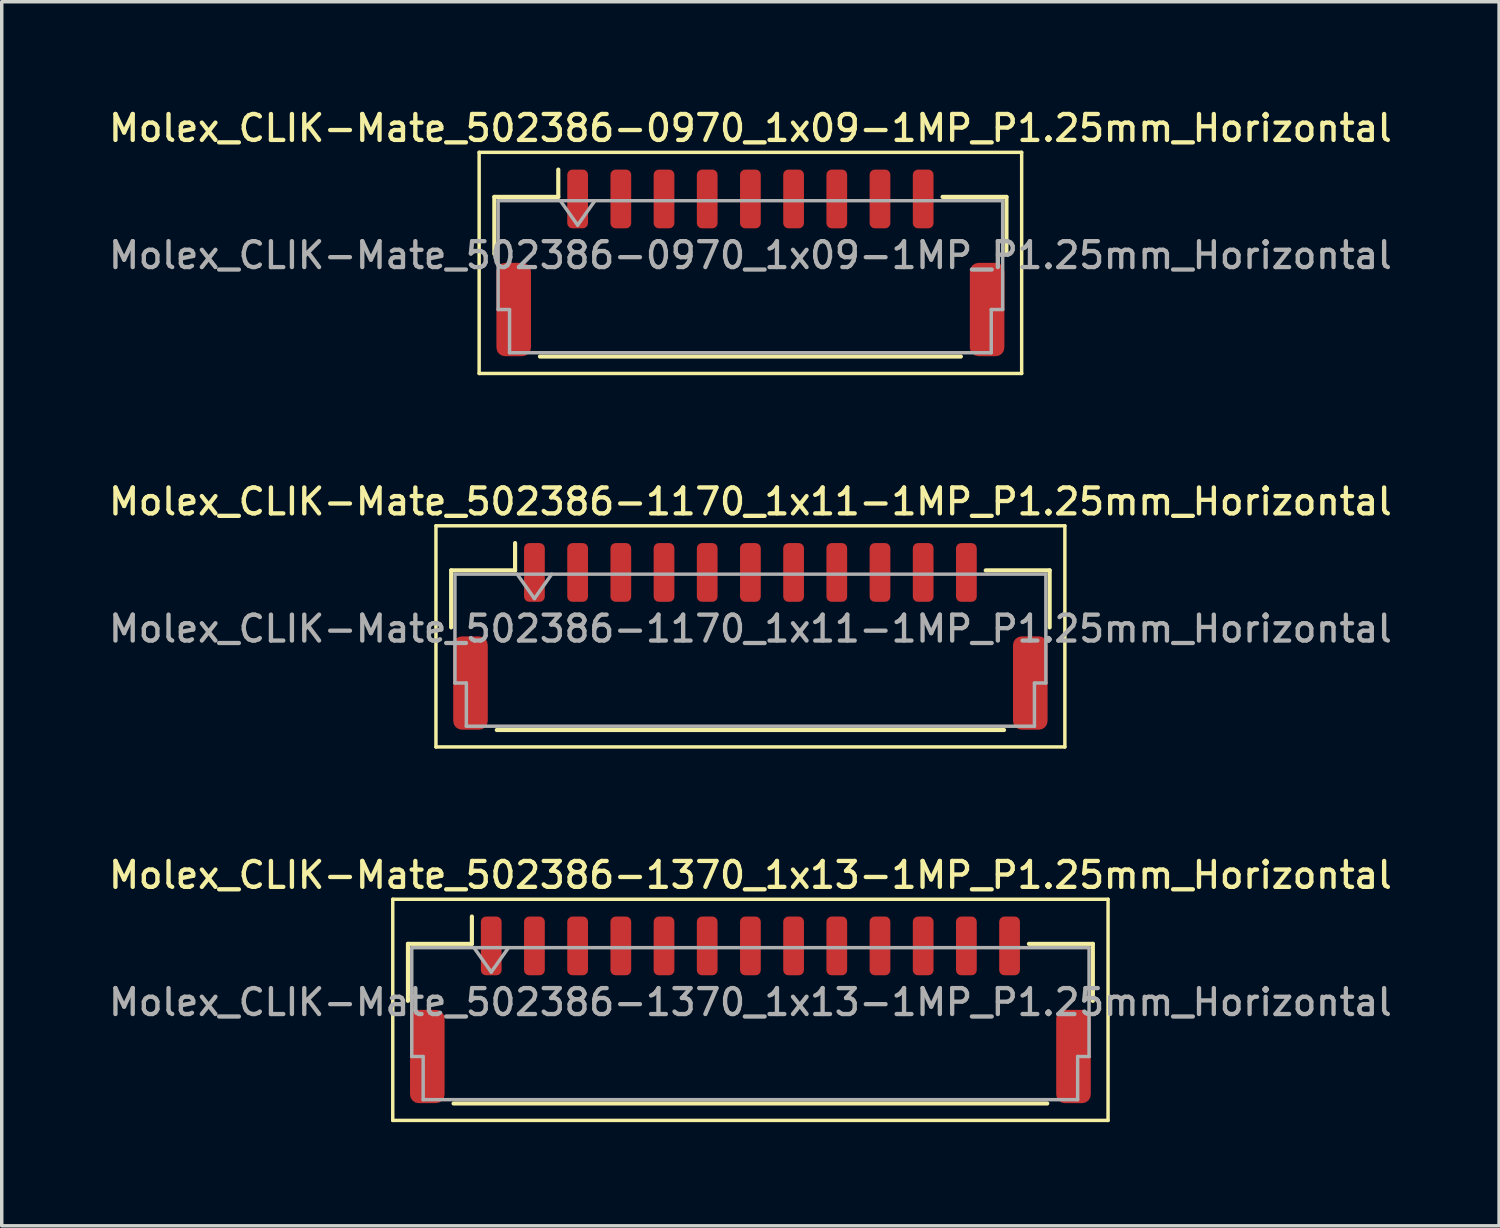
<source format=kicad_pcb>
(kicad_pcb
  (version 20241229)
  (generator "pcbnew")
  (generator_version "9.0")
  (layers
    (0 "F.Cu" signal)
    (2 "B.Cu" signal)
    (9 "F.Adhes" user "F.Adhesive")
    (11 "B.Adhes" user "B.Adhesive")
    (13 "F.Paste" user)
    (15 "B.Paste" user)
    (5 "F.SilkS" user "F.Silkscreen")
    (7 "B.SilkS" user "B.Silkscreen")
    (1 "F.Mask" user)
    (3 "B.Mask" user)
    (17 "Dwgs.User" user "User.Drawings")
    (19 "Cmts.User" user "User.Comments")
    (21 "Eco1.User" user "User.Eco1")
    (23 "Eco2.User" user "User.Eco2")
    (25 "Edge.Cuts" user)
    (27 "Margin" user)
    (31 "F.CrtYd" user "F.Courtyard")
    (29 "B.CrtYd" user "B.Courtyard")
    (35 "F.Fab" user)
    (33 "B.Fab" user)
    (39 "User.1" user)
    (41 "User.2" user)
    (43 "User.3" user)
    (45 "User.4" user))
  (footprint "Molex_CLIK-Mate_502386-1370_1x13-1MP_P1.25mm_Horizontal"
    (layer "F.Cu")
    (at 18.666 26.174)
    (property "Reference" "Molex_CLIK-Mate_502386-1370_1x13-1MP_P1.25mm_Horizontal" (at 0 -3.9 0) (layer "F.SilkS") (effects (font (size 0.75 0.75) (thickness 0.125))))
    (attr smd)
    (fp_line (start -10.35 -3.2) (end -10.35 3.2) (stroke (width 0.1) (type solid)) (layer "F.SilkS"))
    (fp_line (start -10.35 3.2) (end 10.35 3.2) (stroke (width 0.1) (type solid)) (layer "F.SilkS"))
    (fp_line (start -9.91 -1.91) (end -8.06 -1.91) (stroke (width 0.12) (type solid)) (layer "F.SilkS"))
    (fp_line (start -9.91 -0.26) (end -9.91 -1.91) (stroke (width 0.12) (type solid)) (layer "F.SilkS"))
    (fp_line (start -8.59 2.71) (end 8.59 2.71) (stroke (width 0.12) (type solid)) (layer "F.SilkS"))
    (fp_line (start -8.06 -1.91) (end -8.06 -2.7) (stroke (width 0.12) (type solid)) (layer "F.SilkS"))
    (fp_line (start 9.91 -1.91) (end 8.06 -1.91) (stroke (width 0.12) (type solid)) (layer "F.SilkS"))
    (fp_line (start 9.91 -0.26) (end 9.91 -1.91) (stroke (width 0.12) (type solid)) (layer "F.SilkS"))
    (fp_line (start 10.35 -3.2) (end -10.35 -3.2) (stroke (width 0.1) (type solid)) (layer "F.SilkS"))
    (fp_line (start 10.35 3.2) (end 10.35 -3.2) (stroke (width 0.1) (type solid)) (layer "F.SilkS"))
    (fp_line (start -9.8 -1.8) (end -9.8 1.35) (stroke (width 0.1) (type solid)) (layer "F.Fab"))
    (fp_line (start -9.8 -1.8) (end 9.8 -1.8) (stroke (width 0.1) (type solid)) (layer "F.Fab"))
    (fp_line (start -9.8 1.35) (end -9.47 1.35) (stroke (width 0.1) (type solid)) (layer "F.Fab"))
    (fp_line (start -9.47 1.35) (end -9.47 2.6) (stroke (width 0.1) (type solid)) (layer "F.Fab"))
    (fp_line (start -9.47 2.6) (end 9.47 2.6) (stroke (width 0.1) (type solid)) (layer "F.Fab"))
    (fp_line (start -8 -1.8) (end -7.5 -1.093) (stroke (width 0.1) (type solid)) (layer "F.Fab"))
    (fp_line (start -7.5 -1.093) (end -7 -1.8) (stroke (width 0.1) (type solid)) (layer "F.Fab"))
    (fp_line (start 9.47 1.35) (end 9.8 1.35) (stroke (width 0.1) (type solid)) (layer "F.Fab"))
    (fp_line (start 9.47 2.6) (end 9.47 1.35) (stroke (width 0.1) (type solid)) (layer "F.Fab"))
    (fp_line (start 9.8 -1.8) (end 9.8 1.35) (stroke (width 0.1) (type solid)) (layer "F.Fab"))
    (fp_text user "${REFERENCE}" (at 0 -0.22 0) (layer "F.Fab") (effects (font (size 0.75 0.75) (thickness 0.125))))
    (pad "1" smd roundrect (at -7.5 -1.85) (size 0.6 1.7) (layers "F.Cu" "F.Mask" "F.Paste") (roundrect_rratio 0.25))
    (pad "2" smd roundrect (at -6.25 -1.85) (size 0.6 1.7) (layers "F.Cu" "F.Mask" "F.Paste") (roundrect_rratio 0.25))
    (pad "3" smd roundrect (at -5 -1.85) (size 0.6 1.7) (layers "F.Cu" "F.Mask" "F.Paste") (roundrect_rratio 0.25))
    (pad "4" smd roundrect (at -3.75 -1.85) (size 0.6 1.7) (layers "F.Cu" "F.Mask" "F.Paste") (roundrect_rratio 0.25))
    (pad "5" smd roundrect (at -2.5 -1.85) (size 0.6 1.7) (layers "F.Cu" "F.Mask" "F.Paste") (roundrect_rratio 0.25))
    (pad "6" smd roundrect (at -1.25 -1.85) (size 0.6 1.7) (layers "F.Cu" "F.Mask" "F.Paste") (roundrect_rratio 0.25))
    (pad "7" smd roundrect (at 0 -1.85) (size 0.6 1.7) (layers "F.Cu" "F.Mask" "F.Paste") (roundrect_rratio 0.25))
    (pad "8" smd roundrect (at 1.25 -1.85) (size 0.6 1.7) (layers "F.Cu" "F.Mask" "F.Paste") (roundrect_rratio 0.25))
    (pad "9" smd roundrect (at 2.5 -1.85) (size 0.6 1.7) (layers "F.Cu" "F.Mask" "F.Paste") (roundrect_rratio 0.25))
    (pad "10" smd roundrect (at 3.75 -1.85) (size 0.6 1.7) (layers "F.Cu" "F.Mask" "F.Paste") (roundrect_rratio 0.25))
    (pad "11" smd roundrect (at 5 -1.85) (size 0.6 1.7) (layers "F.Cu" "F.Mask" "F.Paste") (roundrect_rratio 0.25))
    (pad "12" smd roundrect (at 6.25 -1.85) (size 0.6 1.7) (layers "F.Cu" "F.Mask" "F.Paste") (roundrect_rratio 0.25))
    (pad "13" smd roundrect (at 7.5 -1.85) (size 0.6 1.7) (layers "F.Cu" "F.Mask" "F.Paste") (roundrect_rratio 0.25))
    (pad "MP" smd roundrect (at -9.35 1.35) (size 1 2.7) (layers "F.Cu" "F.Mask" "F.Paste") (roundrect_rratio 0.25))
    (pad "MP" smd roundrect (at 9.35 1.35) (size 1 2.7) (layers "F.Cu" "F.Mask" "F.Paste") (roundrect_rratio 0.25)))
  (footprint "Molex_CLIK-Mate_502386-0970_1x09-1MP_P1.25mm_Horizontal"
    (layer "F.Cu")
    (at 18.666 4.558)
    (property "Reference" "Molex_CLIK-Mate_502386-0970_1x09-1MP_P1.25mm_Horizontal" (at 0 -3.9 0) (layer "F.SilkS") (effects (font (size 0.75 0.75) (thickness 0.125))))
    (attr smd)
    (fp_line (start -7.85 -3.2) (end -7.85 3.2) (stroke (width 0.1) (type solid)) (layer "F.SilkS"))
    (fp_line (start -7.85 3.2) (end 7.85 3.2) (stroke (width 0.1) (type solid)) (layer "F.SilkS"))
    (fp_line (start -7.41 -1.91) (end -5.56 -1.91) (stroke (width 0.12) (type solid)) (layer "F.SilkS"))
    (fp_line (start -7.41 -0.26) (end -7.41 -1.91) (stroke (width 0.12) (type solid)) (layer "F.SilkS"))
    (fp_line (start -6.09 2.71) (end 6.09 2.71) (stroke (width 0.12) (type solid)) (layer "F.SilkS"))
    (fp_line (start -5.56 -1.91) (end -5.56 -2.7) (stroke (width 0.12) (type solid)) (layer "F.SilkS"))
    (fp_line (start 7.41 -1.91) (end 5.56 -1.91) (stroke (width 0.12) (type solid)) (layer "F.SilkS"))
    (fp_line (start 7.41 -0.26) (end 7.41 -1.91) (stroke (width 0.12) (type solid)) (layer "F.SilkS"))
    (fp_line (start 7.85 -3.2) (end -7.85 -3.2) (stroke (width 0.1) (type solid)) (layer "F.SilkS"))
    (fp_line (start 7.85 3.2) (end 7.85 -3.2) (stroke (width 0.1) (type solid)) (layer "F.SilkS"))
    (fp_line (start -7.3 -1.8) (end -7.3 1.35) (stroke (width 0.1) (type solid)) (layer "F.Fab"))
    (fp_line (start -7.3 -1.8) (end 7.3 -1.8) (stroke (width 0.1) (type solid)) (layer "F.Fab"))
    (fp_line (start -7.3 1.35) (end -6.97 1.35) (stroke (width 0.1) (type solid)) (layer "F.Fab"))
    (fp_line (start -6.97 1.35) (end -6.97 2.6) (stroke (width 0.1) (type solid)) (layer "F.Fab"))
    (fp_line (start -6.97 2.6) (end 6.97 2.6) (stroke (width 0.1) (type solid)) (layer "F.Fab"))
    (fp_line (start -5.5 -1.8) (end -5 -1.093) (stroke (width 0.1) (type solid)) (layer "F.Fab"))
    (fp_line (start -5 -1.093) (end -4.5 -1.8) (stroke (width 0.1) (type solid)) (layer "F.Fab"))
    (fp_line (start 6.97 1.35) (end 7.3 1.35) (stroke (width 0.1) (type solid)) (layer "F.Fab"))
    (fp_line (start 6.97 2.6) (end 6.97 1.35) (stroke (width 0.1) (type solid)) (layer "F.Fab"))
    (fp_line (start 7.3 -1.8) (end 7.3 1.35) (stroke (width 0.1) (type solid)) (layer "F.Fab"))
    (fp_text user "${REFERENCE}" (at 0 -0.22 0) (layer "F.Fab") (effects (font (size 0.75 0.75) (thickness 0.125))))
    (pad "1" smd roundrect (at -5 -1.85) (size 0.6 1.7) (layers "F.Cu" "F.Mask" "F.Paste") (roundrect_rratio 0.25))
    (pad "2" smd roundrect (at -3.75 -1.85) (size 0.6 1.7) (layers "F.Cu" "F.Mask" "F.Paste") (roundrect_rratio 0.25))
    (pad "3" smd roundrect (at -2.5 -1.85) (size 0.6 1.7) (layers "F.Cu" "F.Mask" "F.Paste") (roundrect_rratio 0.25))
    (pad "4" smd roundrect (at -1.25 -1.85) (size 0.6 1.7) (layers "F.Cu" "F.Mask" "F.Paste") (roundrect_rratio 0.25))
    (pad "5" smd roundrect (at 0 -1.85) (size 0.6 1.7) (layers "F.Cu" "F.Mask" "F.Paste") (roundrect_rratio 0.25))
    (pad "6" smd roundrect (at 1.25 -1.85) (size 0.6 1.7) (layers "F.Cu" "F.Mask" "F.Paste") (roundrect_rratio 0.25))
    (pad "7" smd roundrect (at 2.5 -1.85) (size 0.6 1.7) (layers "F.Cu" "F.Mask" "F.Paste") (roundrect_rratio 0.25))
    (pad "8" smd roundrect (at 3.75 -1.85) (size 0.6 1.7) (layers "F.Cu" "F.Mask" "F.Paste") (roundrect_rratio 0.25))
    (pad "9" smd roundrect (at 5 -1.85) (size 0.6 1.7) (layers "F.Cu" "F.Mask" "F.Paste") (roundrect_rratio 0.25))
    (pad "MP" smd roundrect (at -6.85 1.35) (size 1 2.7) (layers "F.Cu" "F.Mask" "F.Paste") (roundrect_rratio 0.25))
    (pad "MP" smd roundrect (at 6.85 1.35) (size 1 2.7) (layers "F.Cu" "F.Mask" "F.Paste") (roundrect_rratio 0.25)))
  (footprint "Molex_CLIK-Mate_502386-1170_1x11-1MP_P1.25mm_Horizontal"
    (layer "F.Cu")
    (at 18.666 15.366)
    (property "Reference" "Molex_CLIK-Mate_502386-1170_1x11-1MP_P1.25mm_Horizontal" (at 0 -3.9 0) (layer "F.SilkS") (effects (font (size 0.75 0.75) (thickness 0.125))))
    (attr smd)
    (fp_line (start -9.1 -3.2) (end -9.1 3.2) (stroke (width 0.1) (type solid)) (layer "F.SilkS"))
    (fp_line (start -9.1 3.2) (end 9.1 3.2) (stroke (width 0.1) (type solid)) (layer "F.SilkS"))
    (fp_line (start -8.66 -1.91) (end -6.81 -1.91) (stroke (width 0.12) (type solid)) (layer "F.SilkS"))
    (fp_line (start -8.66 -0.26) (end -8.66 -1.91) (stroke (width 0.12) (type solid)) (layer "F.SilkS"))
    (fp_line (start -7.34 2.71) (end 7.34 2.71) (stroke (width 0.12) (type solid)) (layer "F.SilkS"))
    (fp_line (start -6.81 -1.91) (end -6.81 -2.7) (stroke (width 0.12) (type solid)) (layer "F.SilkS"))
    (fp_line (start 8.66 -1.91) (end 6.81 -1.91) (stroke (width 0.12) (type solid)) (layer "F.SilkS"))
    (fp_line (start 8.66 -0.26) (end 8.66 -1.91) (stroke (width 0.12) (type solid)) (layer "F.SilkS"))
    (fp_line (start 9.1 -3.2) (end -9.1 -3.2) (stroke (width 0.1) (type solid)) (layer "F.SilkS"))
    (fp_line (start 9.1 3.2) (end 9.1 -3.2) (stroke (width 0.1) (type solid)) (layer "F.SilkS"))
    (fp_line (start -8.55 -1.8) (end -8.55 1.35) (stroke (width 0.1) (type solid)) (layer "F.Fab"))
    (fp_line (start -8.55 -1.8) (end 8.55 -1.8) (stroke (width 0.1) (type solid)) (layer "F.Fab"))
    (fp_line (start -8.55 1.35) (end -8.22 1.35) (stroke (width 0.1) (type solid)) (layer "F.Fab"))
    (fp_line (start -8.22 1.35) (end -8.22 2.6) (stroke (width 0.1) (type solid)) (layer "F.Fab"))
    (fp_line (start -8.22 2.6) (end 8.22 2.6) (stroke (width 0.1) (type solid)) (layer "F.Fab"))
    (fp_line (start -6.75 -1.8) (end -6.25 -1.093) (stroke (width 0.1) (type solid)) (layer "F.Fab"))
    (fp_line (start -6.25 -1.093) (end -5.75 -1.8) (stroke (width 0.1) (type solid)) (layer "F.Fab"))
    (fp_line (start 8.22 1.35) (end 8.55 1.35) (stroke (width 0.1) (type solid)) (layer "F.Fab"))
    (fp_line (start 8.22 2.6) (end 8.22 1.35) (stroke (width 0.1) (type solid)) (layer "F.Fab"))
    (fp_line (start 8.55 -1.8) (end 8.55 1.35) (stroke (width 0.1) (type solid)) (layer "F.Fab"))
    (fp_text user "${REFERENCE}" (at 0 -0.22 0) (layer "F.Fab") (effects (font (size 0.75 0.75) (thickness 0.125))))
    (pad "1" smd roundrect (at -6.25 -1.85) (size 0.6 1.7) (layers "F.Cu" "F.Mask" "F.Paste") (roundrect_rratio 0.25))
    (pad "2" smd roundrect (at -5 -1.85) (size 0.6 1.7) (layers "F.Cu" "F.Mask" "F.Paste") (roundrect_rratio 0.25))
    (pad "3" smd roundrect (at -3.75 -1.85) (size 0.6 1.7) (layers "F.Cu" "F.Mask" "F.Paste") (roundrect_rratio 0.25))
    (pad "4" smd roundrect (at -2.5 -1.85) (size 0.6 1.7) (layers "F.Cu" "F.Mask" "F.Paste") (roundrect_rratio 0.25))
    (pad "5" smd roundrect (at -1.25 -1.85) (size 0.6 1.7) (layers "F.Cu" "F.Mask" "F.Paste") (roundrect_rratio 0.25))
    (pad "6" smd roundrect (at 0 -1.85) (size 0.6 1.7) (layers "F.Cu" "F.Mask" "F.Paste") (roundrect_rratio 0.25))
    (pad "7" smd roundrect (at 1.25 -1.85) (size 0.6 1.7) (layers "F.Cu" "F.Mask" "F.Paste") (roundrect_rratio 0.25))
    (pad "8" smd roundrect (at 2.5 -1.85) (size 0.6 1.7) (layers "F.Cu" "F.Mask" "F.Paste") (roundrect_rratio 0.25))
    (pad "9" smd roundrect (at 3.75 -1.85) (size 0.6 1.7) (layers "F.Cu" "F.Mask" "F.Paste") (roundrect_rratio 0.25))
    (pad "10" smd roundrect (at 5 -1.85) (size 0.6 1.7) (layers "F.Cu" "F.Mask" "F.Paste") (roundrect_rratio 0.25))
    (pad "11" smd roundrect (at 6.25 -1.85) (size 0.6 1.7) (layers "F.Cu" "F.Mask" "F.Paste") (roundrect_rratio 0.25))
    (pad "MP" smd roundrect (at -8.1 1.35) (size 1 2.7) (layers "F.Cu" "F.Mask" "F.Paste") (roundrect_rratio 0.25))
    (pad "MP" smd roundrect (at 8.1 1.35) (size 1 2.7) (layers "F.Cu" "F.Mask" "F.Paste") (roundrect_rratio 0.25)))
  (gr_rect
    (start -3 -3)
    (end 40.332 32.424)
    (stroke (width 0.1) (type default))
    (fill no)
    (layer "Edge.Cuts")))
</source>
